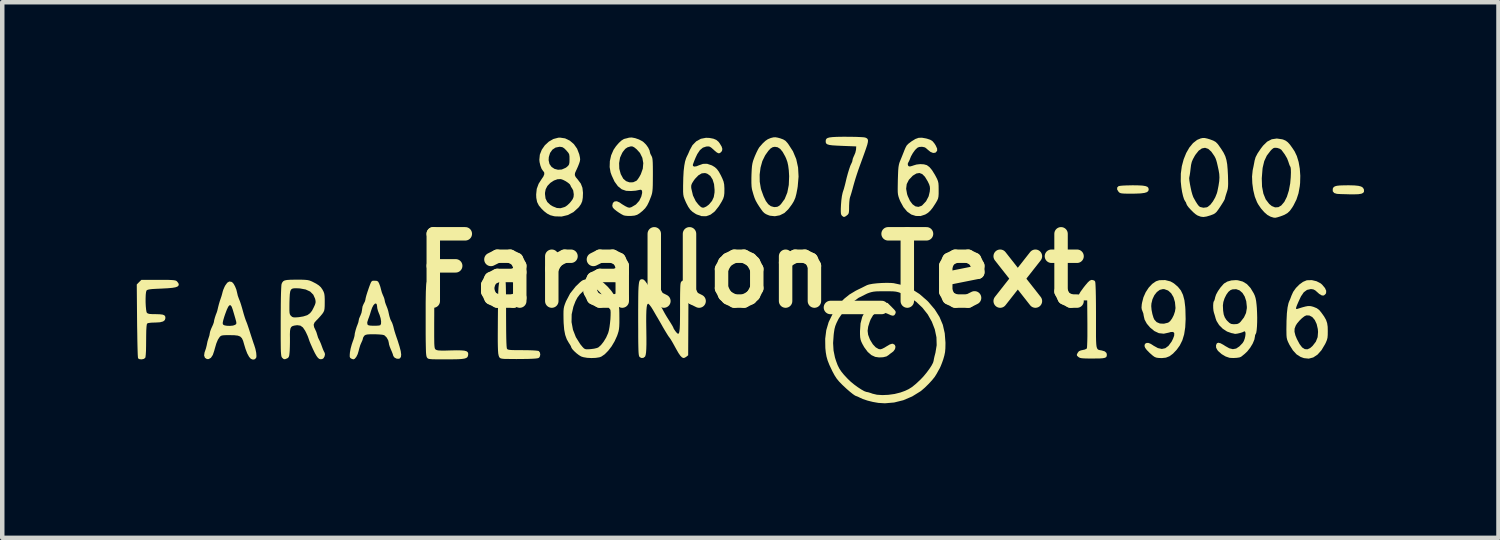
<source format=kicad_pcb>
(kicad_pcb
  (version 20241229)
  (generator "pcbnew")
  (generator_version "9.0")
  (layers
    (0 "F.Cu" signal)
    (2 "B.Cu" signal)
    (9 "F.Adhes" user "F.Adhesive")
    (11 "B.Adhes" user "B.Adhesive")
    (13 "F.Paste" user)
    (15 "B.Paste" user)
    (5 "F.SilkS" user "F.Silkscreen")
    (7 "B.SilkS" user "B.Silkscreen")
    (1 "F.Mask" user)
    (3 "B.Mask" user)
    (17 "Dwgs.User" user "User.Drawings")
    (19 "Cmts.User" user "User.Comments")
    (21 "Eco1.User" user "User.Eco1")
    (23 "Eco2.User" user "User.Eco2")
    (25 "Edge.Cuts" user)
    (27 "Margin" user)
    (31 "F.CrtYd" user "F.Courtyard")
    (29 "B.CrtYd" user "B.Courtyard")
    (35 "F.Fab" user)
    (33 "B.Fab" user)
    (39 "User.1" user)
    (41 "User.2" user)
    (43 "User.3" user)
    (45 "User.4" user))
  (footprint "Farallon_Text"
    (layer "F.Cu")
    (at 13.684 2.986)
    (property "Reference" "Farallon_Text" (at 0 0 0) (layer "F.SilkS") (effects (font (size 1.5 1.5) (thickness 0.3))))
    (attr board_only exclude_from_pos_files exclude_from_bom)
    (fp_poly (pts (xy 13.469 -1.901) (xy 13.559 -1.892) (xy 13.621 -1.876) (xy 13.66 -1.851) (xy 13.681 -1.816) (xy 13.684 -1.802) (xy 13.685 -1.763) (xy 13.667 -1.735) (xy 13.627 -1.716) (xy 13.56 -1.705) (xy 13.463 -1.702) (xy 13.377 -1.702) (xy 13.281 -1.705) (xy 13.193 -1.707) (xy 13.122 -1.71) (xy 13.08 -1.713) (xy 13.021 -1.731) (xy 12.988 -1.77) (xy 12.988 -1.823) (xy 12.994 -1.841) (xy 13.01 -1.864) (xy 13.038 -1.881) (xy 13.082 -1.893) (xy 13.148 -1.9) (xy 13.242 -1.903) (xy 13.347 -1.904)) (stroke (width 0) (type solid)) (fill yes) (layer "F.SilkS"))
    (fp_poly (pts (xy 8.651 -1.902) (xy 8.746 -1.897) (xy 8.812 -1.886) (xy 8.854 -1.87) (xy 8.876 -1.846) (xy 8.883 -1.813) (xy 8.883 -1.81) (xy 8.874 -1.776) (xy 8.844 -1.751) (xy 8.79 -1.734) (xy 8.707 -1.723) (xy 8.594 -1.718) (xy 8.512 -1.717) (xy 8.408 -1.717) (xy 8.334 -1.719) (xy 8.284 -1.723) (xy 8.252 -1.73) (xy 8.23 -1.741) (xy 8.213 -1.757) (xy 8.212 -1.758) (xy 8.18 -1.809) (xy 8.18 -1.853) (xy 8.21 -1.884) (xy 8.242 -1.891) (xy 8.303 -1.897) (xy 8.387 -1.901) (xy 8.487 -1.903) (xy 8.523 -1.904)) (stroke (width 0) (type solid)) (fill yes) (layer "F.SilkS"))
    (fp_poly (pts (xy 3.157 0.816) (xy 3.207 0.867) (xy 3.234 0.901) (xy 3.242 0.926) (xy 3.236 0.951) (xy 3.233 0.96) (xy 3.211 0.993) (xy 3.181 1.005) (xy 3.135 0.995) (xy 3.066 0.964) (xy 3.064 0.963) (xy 2.96 0.921) (xy 2.873 0.912) (xy 2.799 0.935) (xy 2.737 0.993) (xy 2.683 1.086) (xy 2.662 1.139) (xy 2.627 1.25) (xy 2.615 1.342) (xy 2.626 1.429) (xy 2.661 1.522) (xy 2.674 1.549) (xy 2.731 1.642) (xy 2.795 1.71) (xy 2.861 1.748) (xy 2.9 1.754) (xy 2.936 1.744) (xy 2.989 1.718) (xy 3.039 1.687) (xy 3.109 1.646) (xy 3.159 1.63) (xy 3.181 1.631) (xy 3.222 1.656) (xy 3.236 1.698) (xy 3.226 1.748) (xy 3.192 1.797) (xy 3.16 1.823) (xy 3.118 1.853) (xy 3.089 1.877) (xy 3.089 1.878) (xy 3.037 1.912) (xy 2.96 1.931) (xy 2.87 1.935) (xy 2.785 1.923) (xy 2.7 1.884) (xy 2.617 1.812) (xy 2.539 1.707) (xy 2.5 1.638) (xy 2.474 1.584) (xy 2.458 1.537) (xy 2.449 1.486) (xy 2.445 1.418) (xy 2.445 1.349) (xy 2.457 1.176) (xy 2.495 1.03) (xy 2.556 0.912) (xy 2.63 0.831) (xy 2.698 0.778) (xy 2.752 0.745) (xy 2.807 0.727) (xy 2.875 0.721) (xy 2.925 0.72) (xy 3.06 0.719)) (stroke (width 0) (type solid)) (fill yes) (layer "F.SilkS"))
    (fp_poly (pts (xy 7.668 0.219) (xy 7.688 0.241) (xy 7.694 0.271) (xy 7.698 0.336) (xy 7.702 0.436) (xy 7.705 0.569) (xy 7.707 0.733) (xy 7.708 0.928) (xy 7.708 1.006) (xy 7.708 1.193) (xy 7.708 1.346) (xy 7.708 1.469) (xy 7.71 1.565) (xy 7.714 1.638) (xy 7.72 1.69) (xy 7.73 1.726) (xy 7.743 1.749) (xy 7.76 1.763) (xy 7.782 1.77) (xy 7.809 1.775) (xy 7.837 1.78) (xy 7.905 1.801) (xy 7.942 1.836) (xy 7.95 1.874) (xy 7.947 1.905) (xy 7.935 1.928) (xy 7.908 1.943) (xy 7.861 1.953) (xy 7.789 1.958) (xy 7.688 1.959) (xy 7.631 1.96) (xy 7.523 1.959) (xy 7.445 1.957) (xy 7.391 1.953) (xy 7.355 1.946) (xy 7.33 1.935) (xy 7.313 1.923) (xy 7.284 1.896) (xy 7.281 1.871) (xy 7.298 1.835) (xy 7.327 1.797) (xy 7.372 1.778) (xy 7.407 1.771) (xy 7.46 1.759) (xy 7.497 1.741) (xy 7.503 1.734) (xy 7.508 1.709) (xy 7.511 1.652) (xy 7.514 1.567) (xy 7.516 1.461) (xy 7.516 1.337) (xy 7.516 1.201) (xy 7.516 1.185) (xy 7.512 0.663) (xy 7.421 0.663) (xy 7.356 0.656) (xy 7.317 0.636) (xy 7.304 0.601) (xy 7.319 0.547) (xy 7.36 0.474) (xy 7.429 0.379) (xy 7.474 0.322) (xy 7.527 0.26) (xy 7.568 0.223) (xy 7.602 0.208) (xy 7.618 0.206)) (stroke (width 0) (type solid)) (fill yes) (layer "F.SilkS"))
    (fp_poly (pts (xy -5.477 0.217) (xy -5.46 0.238) (xy -5.457 0.263) (xy -5.454 0.321) (xy -5.452 0.409) (xy -5.45 0.52) (xy -5.449 0.652) (xy -5.448 0.8) (xy -5.448 0.96) (xy -5.448 0.987) (xy -5.447 1.176) (xy -5.446 1.343) (xy -5.444 1.483) (xy -5.441 1.596) (xy -5.437 1.678) (xy -5.432 1.726) (xy -5.429 1.738) (xy -5.42 1.751) (xy -5.403 1.76) (xy -5.374 1.766) (xy -5.327 1.77) (xy -5.257 1.772) (xy -5.158 1.773) (xy -5.084 1.773) (xy -4.966 1.774) (xy -4.865 1.777) (xy -4.786 1.782) (xy -4.735 1.788) (xy -4.72 1.792) (xy -4.693 1.826) (xy -4.685 1.874) (xy -4.698 1.922) (xy -4.714 1.942) (xy -4.736 1.952) (xy -4.781 1.959) (xy -4.852 1.964) (xy -4.952 1.968) (xy -5.085 1.97) (xy -5.101 1.97) (xy -5.217 1.971) (xy -5.324 1.97) (xy -5.415 1.969) (xy -5.483 1.968) (xy -5.52 1.965) (xy -5.547 1.961) (xy -5.57 1.955) (xy -5.588 1.944) (xy -5.603 1.923) (xy -5.614 1.892) (xy -5.623 1.845) (xy -5.628 1.779) (xy -5.631 1.693) (xy -5.633 1.581) (xy -5.633 1.442) (xy -5.632 1.272) (xy -5.631 1.081) (xy -5.629 0.877) (xy -5.627 0.708) (xy -5.625 0.57) (xy -5.622 0.46) (xy -5.617 0.375) (xy -5.61 0.311) (xy -5.602 0.265) (xy -5.591 0.235) (xy -5.577 0.217) (xy -5.559 0.209) (xy -5.538 0.206) (xy -5.522 0.205)) (stroke (width 0) (type solid)) (fill yes) (layer "F.SilkS"))
    (fp_poly (pts (xy -13.072 0.206) (xy -12.975 0.206) (xy -12.905 0.209) (xy -12.857 0.213) (xy -12.824 0.219) (xy -12.803 0.227) (xy -12.788 0.239) (xy -12.784 0.243) (xy -12.756 0.279) (xy -12.747 0.308) (xy -12.754 0.334) (xy -12.777 0.355) (xy -12.821 0.371) (xy -12.89 0.383) (xy -12.988 0.392) (xy -13.118 0.399) (xy -13.137 0.4) (xy -13.254 0.405) (xy -13.34 0.41) (xy -13.398 0.417) (xy -13.436 0.425) (xy -13.458 0.435) (xy -13.466 0.443) (xy -13.477 0.477) (xy -13.484 0.538) (xy -13.487 0.618) (xy -13.487 0.705) (xy -13.483 0.79) (xy -13.476 0.865) (xy -13.467 0.919) (xy -13.458 0.94) (xy -13.437 0.955) (xy -13.401 0.965) (xy -13.341 0.969) (xy -13.261 0.97) (xy -13.167 0.973) (xy -13.104 0.981) (xy -13.067 0.997) (xy -13.049 1.023) (xy -13.045 1.057) (xy -13.058 1.102) (xy -13.097 1.133) (xy -13.166 1.151) (xy -13.267 1.157) (xy -13.279 1.157) (xy -13.363 1.16) (xy -13.424 1.168) (xy -13.452 1.179) (xy -13.461 1.203) (xy -13.467 1.253) (xy -13.472 1.334) (xy -13.474 1.448) (xy -13.475 1.554) (xy -13.476 1.678) (xy -13.478 1.785) (xy -13.483 1.868) (xy -13.489 1.923) (xy -13.494 1.942) (xy -13.524 1.967) (xy -13.572 1.978) (xy -13.621 1.975) (xy -13.654 1.956) (xy -13.655 1.955) (xy -13.658 1.932) (xy -13.662 1.875) (xy -13.665 1.79) (xy -13.668 1.678) (xy -13.671 1.545) (xy -13.673 1.394) (xy -13.676 1.23) (xy -13.677 1.12) (xy -13.684 0.308) (xy -13.633 0.256) (xy -13.581 0.205) (xy -13.201 0.205)) (stroke (width 0) (type solid)) (fill yes) (layer "F.SilkS"))
    (fp_poly (pts (xy -7.117 0.206) (xy -7.098 0.21) (xy -7.083 0.222) (xy -7.071 0.243) (xy -7.063 0.278) (xy -7.056 0.33) (xy -7.052 0.402) (xy -7.05 0.498) (xy -7.049 0.62) (xy -7.049 0.772) (xy -7.05 0.958) (xy -7.05 1) (xy -7.051 1.185) (xy -7.051 1.336) (xy -7.051 1.457) (xy -7.05 1.551) (xy -7.049 1.622) (xy -7.046 1.674) (xy -7.042 1.709) (xy -7.037 1.733) (xy -7.03 1.747) (xy -7.022 1.756) (xy -7.015 1.761) (xy -6.992 1.772) (xy -6.957 1.779) (xy -6.903 1.782) (xy -6.825 1.783) (xy -6.717 1.78) (xy -6.687 1.779) (xy -6.552 1.776) (xy -6.451 1.778) (xy -6.379 1.784) (xy -6.331 1.797) (xy -6.304 1.817) (xy -6.293 1.845) (xy -6.293 1.873) (xy -6.299 1.905) (xy -6.312 1.93) (xy -6.337 1.948) (xy -6.377 1.961) (xy -6.438 1.97) (xy -6.523 1.975) (xy -6.637 1.977) (xy -6.783 1.978) (xy -6.788 1.978) (xy -6.919 1.978) (xy -7.017 1.977) (xy -7.089 1.976) (xy -7.138 1.972) (xy -7.171 1.967) (xy -7.191 1.959) (xy -7.203 1.948) (xy -7.212 1.937) (xy -7.219 1.923) (xy -7.225 1.9) (xy -7.23 1.866) (xy -7.234 1.818) (xy -7.236 1.751) (xy -7.238 1.662) (xy -7.24 1.549) (xy -7.241 1.407) (xy -7.241 1.233) (xy -7.241 1.092) (xy -7.241 0.887) (xy -7.241 0.717) (xy -7.239 0.577) (xy -7.237 0.466) (xy -7.233 0.379) (xy -7.227 0.314) (xy -7.219 0.268) (xy -7.208 0.237) (xy -7.195 0.218) (xy -7.178 0.209) (xy -7.157 0.206) (xy -7.14 0.205)) (stroke (width 0) (type solid)) (fill yes) (layer "F.SilkS"))
    (fp_poly (pts (xy 2.258 -2.985) (xy 2.365 -2.983) (xy 2.456 -2.979) (xy 2.523 -2.975) (xy 2.561 -2.969) (xy 2.563 -2.968) (xy 2.594 -2.954) (xy 2.614 -2.936) (xy 2.623 -2.909) (xy 2.621 -2.868) (xy 2.607 -2.808) (xy 2.58 -2.725) (xy 2.541 -2.615) (xy 2.52 -2.557) (xy 2.473 -2.427) (xy 2.436 -2.326) (xy 2.408 -2.248) (xy 2.387 -2.185) (xy 2.369 -2.131) (xy 2.353 -2.081) (xy 2.35 -2.072) (xy 2.324 -1.986) (xy 2.296 -1.888) (xy 2.278 -1.82) (xy 2.257 -1.746) (xy 2.237 -1.68) (xy 2.222 -1.636) (xy 2.213 -1.593) (xy 2.206 -1.525) (xy 2.202 -1.446) (xy 2.202 -1.428) (xy 2.201 -1.35) (xy 2.197 -1.301) (xy 2.188 -1.27) (xy 2.17 -1.247) (xy 2.153 -1.233) (xy 2.11 -1.203) (xy 2.081 -1.198) (xy 2.053 -1.216) (xy 2.042 -1.226) (xy 2.028 -1.245) (xy 2.02 -1.272) (xy 2.017 -1.314) (xy 2.017 -1.38) (xy 2.021 -1.466) (xy 2.029 -1.568) (xy 2.041 -1.66) (xy 2.056 -1.731) (xy 2.063 -1.756) (xy 2.085 -1.822) (xy 2.107 -1.903) (xy 2.119 -1.95) (xy 2.146 -2.065) (xy 2.175 -2.172) (xy 2.204 -2.266) (xy 2.229 -2.339) (xy 2.249 -2.383) (xy 2.25 -2.384) (xy 2.271 -2.43) (xy 2.277 -2.462) (xy 2.286 -2.502) (xy 2.308 -2.554) (xy 2.315 -2.568) (xy 2.341 -2.63) (xy 2.356 -2.695) (xy 2.357 -2.703) (xy 2.361 -2.771) (xy 2.048 -2.783) (xy 1.921 -2.789) (xy 1.827 -2.795) (xy 1.761 -2.804) (xy 1.718 -2.817) (xy 1.693 -2.834) (xy 1.682 -2.858) (xy 1.68 -2.885) (xy 1.683 -2.916) (xy 1.696 -2.941) (xy 1.723 -2.959) (xy 1.767 -2.971) (xy 1.834 -2.979) (xy 1.927 -2.984) (xy 2.051 -2.986) (xy 2.14 -2.986)) (stroke (width 0) (type solid)) (fill yes) (layer "F.SilkS"))
    (fp_poly (pts (xy 11.863 -2.929) (xy 11.891 -2.92) (xy 11.94 -2.898) (xy 11.986 -2.863) (xy 12.035 -2.809) (xy 12.09 -2.732) (xy 12.137 -2.661) (xy 12.187 -2.556) (xy 12.227 -2.424) (xy 12.253 -2.274) (xy 12.264 -2.115) (xy 12.26 -1.956) (xy 12.253 -1.885) (xy 12.224 -1.725) (xy 12.179 -1.587) (xy 12.114 -1.457) (xy 12.085 -1.409) (xy 12.032 -1.335) (xy 11.978 -1.284) (xy 11.91 -1.245) (xy 11.819 -1.21) (xy 11.754 -1.19) (xy 11.71 -1.18) (xy 11.673 -1.182) (xy 11.628 -1.195) (xy 11.596 -1.206) (xy 11.53 -1.243) (xy 11.458 -1.306) (xy 11.387 -1.388) (xy 11.325 -1.479) (xy 11.299 -1.527) (xy 11.25 -1.65) (xy 11.215 -1.795) (xy 11.194 -1.948) (xy 11.19 -2.059) (xy 11.405 -2.059) (xy 11.411 -1.874) (xy 11.441 -1.718) (xy 11.493 -1.59) (xy 11.57 -1.489) (xy 11.628 -1.441) (xy 11.702 -1.411) (xy 11.776 -1.416) (xy 11.839 -1.453) (xy 11.908 -1.534) (xy 11.965 -1.647) (xy 12.009 -1.786) (xy 12.039 -1.946) (xy 12.051 -2.082) (xy 12.055 -2.189) (xy 12.053 -2.267) (xy 12.046 -2.311) (xy 12.042 -2.318) (xy 12.025 -2.35) (xy 12.007 -2.402) (xy 12 -2.425) (xy 11.97 -2.504) (xy 11.917 -2.594) (xy 11.843 -2.694) (xy 11.808 -2.718) (xy 11.755 -2.736) (xy 11.743 -2.738) (xy 11.696 -2.741) (xy 11.662 -2.731) (xy 11.626 -2.701) (xy 11.602 -2.676) (xy 11.517 -2.565) (xy 11.46 -2.443) (xy 11.426 -2.3) (xy 11.422 -2.273) (xy 11.405 -2.059) (xy 11.19 -2.059) (xy 11.188 -2.097) (xy 11.201 -2.228) (xy 11.203 -2.243) (xy 11.22 -2.322) (xy 11.235 -2.399) (xy 11.245 -2.454) (xy 11.267 -2.53) (xy 11.313 -2.618) (xy 11.385 -2.724) (xy 11.435 -2.789) (xy 11.525 -2.877) (xy 11.627 -2.93) (xy 11.74 -2.947)) (stroke (width 0) (type solid)) (fill yes) (layer "F.SilkS"))
    (fp_poly (pts (xy 0.611 -2.966) (xy 0.663 -2.952) (xy 0.732 -2.927) (xy 0.782 -2.897) (xy 0.826 -2.849) (xy 0.844 -2.826) (xy 0.95 -2.662) (xy 1.023 -2.488) (xy 1.064 -2.301) (xy 1.075 -2.098) (xy 1.056 -1.876) (xy 1.048 -1.826) (xy 1.026 -1.713) (xy 1.003 -1.626) (xy 0.971 -1.551) (xy 0.927 -1.478) (xy 0.864 -1.393) (xy 0.842 -1.365) (xy 0.758 -1.285) (xy 0.656 -1.234) (xy 0.546 -1.214) (xy 0.435 -1.226) (xy 0.401 -1.238) (xy 0.351 -1.259) (xy 0.312 -1.284) (xy 0.277 -1.318) (xy 0.238 -1.371) (xy 0.193 -1.437) (xy 0.151 -1.504) (xy 0.119 -1.562) (xy 0.093 -1.623) (xy 0.069 -1.696) (xy 0.041 -1.794) (xy 0.035 -1.82) (xy 0.027 -1.874) (xy 0.023 -1.958) (xy 0.023 -2.066) (xy 0.025 -2.141) (xy 0.207 -2.141) (xy 0.209 -1.983) (xy 0.234 -1.833) (xy 0.245 -1.796) (xy 0.295 -1.658) (xy 0.345 -1.554) (xy 0.398 -1.482) (xy 0.457 -1.438) (xy 0.524 -1.419) (xy 0.546 -1.418) (xy 0.601 -1.424) (xy 0.644 -1.447) (xy 0.682 -1.483) (xy 0.766 -1.599) (xy 0.824 -1.742) (xy 0.857 -1.911) (xy 0.865 -2.106) (xy 0.857 -2.239) (xy 0.844 -2.341) (xy 0.826 -2.423) (xy 0.798 -2.501) (xy 0.776 -2.549) (xy 0.72 -2.649) (xy 0.666 -2.715) (xy 0.608 -2.752) (xy 0.547 -2.762) (xy 0.499 -2.754) (xy 0.452 -2.726) (xy 0.402 -2.673) (xy 0.344 -2.592) (xy 0.327 -2.566) (xy 0.267 -2.443) (xy 0.227 -2.298) (xy 0.207 -2.141) (xy 0.025 -2.141) (xy 0.025 -2.146) (xy 0.03 -2.252) (xy 0.036 -2.33) (xy 0.046 -2.391) (xy 0.06 -2.446) (xy 0.081 -2.504) (xy 0.101 -2.555) (xy 0.134 -2.63) (xy 0.166 -2.695) (xy 0.192 -2.741) (xy 0.199 -2.751) (xy 0.272 -2.835) (xy 0.333 -2.893) (xy 0.389 -2.931) (xy 0.447 -2.955) (xy 0.457 -2.959) (xy 0.514 -2.973) (xy 0.56 -2.975)) (stroke (width 0) (type solid)) (fill yes) (layer "F.SilkS"))
    (fp_poly (pts (xy 9.369 0.24) (xy 9.446 0.284) (xy 9.534 0.359) (xy 9.601 0.442) (xy 9.648 0.54) (xy 9.68 0.66) (xy 9.698 0.807) (xy 9.702 0.868) (xy 9.707 1.081) (xy 9.698 1.264) (xy 9.674 1.42) (xy 9.634 1.553) (xy 9.576 1.669) (xy 9.509 1.762) (xy 9.426 1.85) (xy 9.349 1.908) (xy 9.268 1.94) (xy 9.174 1.95) (xy 9.094 1.946) (xy 9.048 1.938) (xy 9.006 1.919) (xy 8.959 1.883) (xy 8.902 1.832) (xy 8.84 1.769) (xy 8.805 1.722) (xy 8.791 1.684) (xy 8.79 1.675) (xy 8.8 1.633) (xy 8.835 1.613) (xy 8.838 1.612) (xy 8.874 1.611) (xy 8.918 1.627) (xy 8.979 1.664) (xy 8.991 1.673) (xy 9.089 1.727) (xy 9.176 1.746) (xy 9.253 1.73) (xy 9.324 1.677) (xy 9.39 1.588) (xy 9.397 1.577) (xy 9.427 1.516) (xy 9.449 1.456) (xy 9.452 1.442) (xy 9.453 1.391) (xy 9.428 1.367) (xy 9.377 1.368) (xy 9.334 1.381) (xy 9.219 1.406) (xy 9.11 1.394) (xy 9.01 1.347) (xy 9.009 1.346) (xy 8.915 1.269) (xy 8.841 1.182) (xy 8.792 1.092) (xy 8.772 1.007) (xy 8.771 0.999) (xy 8.763 0.953) (xy 8.743 0.901) (xy 8.743 0.9) (xy 8.728 0.862) (xy 8.723 0.818) (xy 8.726 0.791) (xy 8.94 0.791) (xy 8.947 0.874) (xy 8.965 0.966) (xy 8.99 1.05) (xy 9.01 1.093) (xy 9.061 1.148) (xy 9.134 1.179) (xy 9.222 1.183) (xy 9.317 1.16) (xy 9.36 1.127) (xy 9.404 1.067) (xy 9.442 0.992) (xy 9.469 0.911) (xy 9.481 0.836) (xy 9.481 0.83) (xy 9.469 0.701) (xy 9.436 0.591) (xy 9.384 0.504) (xy 9.316 0.443) (xy 9.234 0.413) (xy 9.2 0.411) (xy 9.131 0.428) (xy 9.066 0.476) (xy 9.01 0.547) (xy 8.968 0.635) (xy 8.944 0.733) (xy 8.94 0.791) (xy 8.726 0.791) (xy 8.728 0.758) (xy 8.735 0.716) (xy 8.766 0.594) (xy 8.817 0.48) (xy 8.884 0.378) (xy 8.962 0.295) (xy 9.046 0.237) (xy 9.119 0.213) (xy 9.25 0.21)) (stroke (width 0) (type solid)) (fill yes) (layer "F.SilkS"))
    (fp_poly (pts (xy 12.627 0.236) (xy 12.719 0.284) (xy 12.752 0.313) (xy 12.814 0.387) (xy 12.842 0.449) (xy 12.839 0.501) (xy 12.828 0.52) (xy 12.791 0.553) (xy 12.745 0.553) (xy 12.688 0.52) (xy 12.649 0.485) (xy 12.598 0.44) (xy 12.556 0.418) (xy 12.508 0.411) (xy 12.496 0.411) (xy 12.414 0.429) (xy 12.342 0.482) (xy 12.281 0.571) (xy 12.268 0.597) (xy 12.221 0.699) (xy 12.19 0.771) (xy 12.173 0.818) (xy 12.169 0.845) (xy 12.176 0.855) (xy 12.195 0.854) (xy 12.21 0.849) (xy 12.31 0.818) (xy 12.382 0.799) (xy 12.436 0.789) (xy 12.48 0.789) (xy 12.523 0.797) (xy 12.563 0.809) (xy 12.633 0.838) (xy 12.686 0.878) (xy 12.731 0.932) (xy 12.795 1.021) (xy 12.838 1.097) (xy 12.863 1.17) (xy 12.875 1.252) (xy 12.877 1.347) (xy 12.876 1.433) (xy 12.871 1.495) (xy 12.858 1.546) (xy 12.836 1.6) (xy 12.818 1.637) (xy 12.737 1.773) (xy 12.649 1.872) (xy 12.554 1.935) (xy 12.453 1.962) (xy 12.346 1.951) (xy 12.271 1.924) (xy 12.18 1.866) (xy 12.099 1.777) (xy 12.023 1.655) (xy 12.017 1.643) (xy 11.99 1.588) (xy 11.972 1.542) (xy 11.961 1.495) (xy 11.956 1.437) (xy 11.955 1.363) (xy 12.135 1.363) (xy 12.155 1.445) (xy 12.189 1.526) (xy 12.248 1.637) (xy 12.305 1.712) (xy 12.364 1.75) (xy 12.424 1.754) (xy 12.488 1.723) (xy 12.54 1.676) (xy 12.611 1.584) (xy 12.651 1.483) (xy 12.66 1.368) (xy 12.655 1.302) (xy 12.629 1.19) (xy 12.587 1.1) (xy 12.532 1.035) (xy 12.466 1) (xy 12.399 0.997) (xy 12.355 1.018) (xy 12.3 1.061) (xy 12.243 1.117) (xy 12.192 1.178) (xy 12.162 1.226) (xy 12.137 1.293) (xy 12.135 1.363) (xy 11.955 1.363) (xy 11.955 1.355) (xy 11.954 1.317) (xy 11.957 1.116) (xy 11.965 0.951) (xy 11.98 0.821) (xy 12.001 0.725) (xy 12.014 0.69) (xy 12.04 0.63) (xy 12.06 0.577) (xy 12.065 0.562) (xy 12.105 0.473) (xy 12.167 0.386) (xy 12.243 0.309) (xy 12.324 0.25) (xy 12.402 0.217) (xy 12.413 0.214) (xy 12.522 0.211)) (stroke (width 0) (type solid)) (fill yes) (layer "F.SilkS"))
    (fp_poly (pts (xy -0.914 -2.96) (xy -0.824 -2.943) (xy -0.76 -2.916) (xy -0.711 -2.875) (xy -0.684 -2.839) (xy -0.641 -2.768) (xy -0.625 -2.715) (xy -0.632 -2.673) (xy -0.647 -2.651) (xy -0.678 -2.623) (xy -0.708 -2.617) (xy -0.746 -2.634) (xy -0.798 -2.677) (xy -0.818 -2.696) (xy -0.868 -2.74) (xy -0.904 -2.764) (xy -0.939 -2.771) (xy -0.983 -2.768) (xy -0.984 -2.768) (xy -1.059 -2.743) (xy -1.125 -2.688) (xy -1.184 -2.6) (xy -1.222 -2.519) (xy -1.249 -2.454) (xy -1.27 -2.398) (xy -1.282 -2.366) (xy -1.28 -2.334) (xy -1.25 -2.321) (xy -1.201 -2.328) (xy -1.149 -2.349) (xy -1.055 -2.382) (xy -0.964 -2.383) (xy -0.867 -2.351) (xy -0.848 -2.342) (xy -0.792 -2.308) (xy -0.746 -2.266) (xy -0.703 -2.207) (xy -0.658 -2.125) (xy -0.625 -2.056) (xy -0.598 -1.988) (xy -0.584 -1.921) (xy -0.579 -1.837) (xy -0.579 -1.809) (xy -0.58 -1.728) (xy -0.588 -1.663) (xy -0.606 -1.605) (xy -0.638 -1.542) (xy -0.686 -1.463) (xy -0.707 -1.431) (xy -0.793 -1.322) (xy -0.886 -1.25) (xy -0.985 -1.214) (xy -1.089 -1.216) (xy -1.198 -1.254) (xy -1.222 -1.267) (xy -1.288 -1.31) (xy -1.34 -1.359) (xy -1.385 -1.423) (xy -1.431 -1.511) (xy -1.448 -1.549) (xy -1.471 -1.604) (xy -1.487 -1.65) (xy -1.496 -1.698) (xy -1.5 -1.759) (xy -1.5 -1.841) (xy -1.5 -1.865) (xy -1.32 -1.865) (xy -1.316 -1.829) (xy -1.28 -1.676) (xy -1.219 -1.55) (xy -1.163 -1.478) (xy -1.116 -1.431) (xy -1.083 -1.409) (xy -1.052 -1.404) (xy -1.032 -1.408) (xy -0.985 -1.429) (xy -0.934 -1.466) (xy -0.92 -1.479) (xy -0.855 -1.556) (xy -0.816 -1.641) (xy -0.799 -1.744) (xy -0.798 -1.801) (xy -0.81 -1.93) (xy -0.843 -2.035) (xy -0.894 -2.114) (xy -0.963 -2.163) (xy -1.01 -2.177) (xy -1.084 -2.17) (xy -1.159 -2.126) (xy -1.236 -2.046) (xy -1.264 -2.007) (xy -1.3 -1.95) (xy -1.317 -1.908) (xy -1.32 -1.865) (xy -1.5 -1.865) (xy -1.5 -1.894) (xy -1.496 -2.074) (xy -1.488 -2.221) (xy -1.474 -2.34) (xy -1.456 -2.435) (xy -1.432 -2.511) (xy -1.414 -2.55) (xy -1.389 -2.601) (xy -1.361 -2.665) (xy -1.352 -2.687) (xy -1.29 -2.8) (xy -1.206 -2.885) (xy -1.104 -2.941) (xy -0.99 -2.963)) (stroke (width 0) (type solid)) (fill yes) (layer "F.SilkS"))
    (fp_poly (pts (xy -2.568 -2.955) (xy -2.485 -2.926) (xy -2.41 -2.887) (xy -2.384 -2.868) (xy -2.328 -2.813) (xy -2.28 -2.747) (xy -2.249 -2.683) (xy -2.24 -2.641) (xy -2.23 -2.605) (xy -2.207 -2.562) (xy -2.196 -2.54) (xy -2.187 -2.511) (xy -2.181 -2.47) (xy -2.177 -2.411) (xy -2.175 -2.329) (xy -2.174 -2.217) (xy -2.174 -2.138) (xy -2.175 -2.008) (xy -2.176 -1.909) (xy -2.179 -1.835) (xy -2.184 -1.778) (xy -2.191 -1.731) (xy -2.202 -1.69) (xy -2.217 -1.646) (xy -2.219 -1.642) (xy -2.261 -1.536) (xy -2.301 -1.455) (xy -2.346 -1.391) (xy -2.404 -1.333) (xy -2.472 -1.278) (xy -2.524 -1.246) (xy -2.583 -1.228) (xy -2.655 -1.221) (xy -2.727 -1.22) (xy -2.793 -1.226) (xy -2.827 -1.234) (xy -2.872 -1.257) (xy -2.932 -1.294) (xy -2.981 -1.328) (xy -3.038 -1.374) (xy -3.069 -1.41) (xy -3.079 -1.445) (xy -3.079 -1.453) (xy -3.066 -1.51) (xy -3.03 -1.543) (xy -2.978 -1.548) (xy -2.919 -1.522) (xy -2.909 -1.515) (xy -2.865 -1.484) (xy -2.807 -1.449) (xy -2.787 -1.437) (xy -2.735 -1.412) (xy -2.699 -1.404) (xy -2.661 -1.413) (xy -2.647 -1.419) (xy -2.553 -1.475) (xy -2.478 -1.558) (xy -2.432 -1.654) (xy -2.413 -1.734) (xy -2.416 -1.784) (xy -2.44 -1.805) (xy -2.468 -1.802) (xy -2.557 -1.784) (xy -2.661 -1.776) (xy -2.758 -1.78) (xy -2.772 -1.781) (xy -2.868 -1.814) (xy -2.954 -1.883) (xy -3.029 -1.986) (xy -3.093 -2.124) (xy -3.118 -2.193) (xy -3.138 -2.31) (xy -3.135 -2.399) (xy -2.927 -2.399) (xy -2.923 -2.274) (xy -2.891 -2.154) (xy -2.835 -2.051) (xy -2.833 -2.049) (xy -2.771 -1.996) (xy -2.695 -1.969) (xy -2.615 -1.971) (xy -2.544 -2.003) (xy -2.531 -2.013) (xy -2.505 -2.046) (xy -2.471 -2.099) (xy -2.443 -2.15) (xy -2.399 -2.274) (xy -2.388 -2.398) (xy -2.409 -2.517) (xy -2.462 -2.625) (xy -2.535 -2.706) (xy -2.588 -2.749) (xy -2.627 -2.769) (xy -2.661 -2.772) (xy -2.677 -2.769) (xy -2.74 -2.75) (xy -2.789 -2.717) (xy -2.835 -2.661) (xy -2.857 -2.629) (xy -2.906 -2.521) (xy -2.927 -2.399) (xy -3.135 -2.399) (xy -3.134 -2.441) (xy -3.105 -2.571) (xy -3.054 -2.689) (xy -3.05 -2.697) (xy -2.996 -2.776) (xy -2.935 -2.847) (xy -2.874 -2.903) (xy -2.82 -2.936) (xy -2.807 -2.94) (xy -2.749 -2.954) (xy -2.706 -2.966) (xy -2.646 -2.97)) (stroke (width 0) (type solid)) (fill yes) (layer "F.SilkS"))
    (fp_poly (pts (xy 10.134 -2.958) (xy 10.19 -2.946) (xy 10.249 -2.928) (xy 10.324 -2.9) (xy 10.376 -2.871) (xy 10.415 -2.833) (xy 10.434 -2.81) (xy 10.502 -2.713) (xy 10.554 -2.63) (xy 10.592 -2.551) (xy 10.617 -2.467) (xy 10.634 -2.372) (xy 10.644 -2.255) (xy 10.651 -2.125) (xy 10.654 -2.015) (xy 10.655 -1.933) (xy 10.652 -1.872) (xy 10.646 -1.823) (xy 10.634 -1.777) (xy 10.621 -1.738) (xy 10.601 -1.675) (xy 10.587 -1.626) (xy 10.582 -1.602) (xy 10.572 -1.579) (xy 10.546 -1.532) (xy 10.507 -1.47) (xy 10.479 -1.427) (xy 10.431 -1.356) (xy 10.394 -1.308) (xy 10.361 -1.278) (xy 10.324 -1.257) (xy 10.273 -1.238) (xy 10.261 -1.233) (xy 10.172 -1.207) (xy 10.104 -1.197) (xy 10.044 -1.204) (xy 9.981 -1.227) (xy 9.975 -1.229) (xy 9.931 -1.257) (xy 9.878 -1.302) (xy 9.823 -1.357) (xy 9.773 -1.412) (xy 9.738 -1.46) (xy 9.723 -1.493) (xy 9.723 -1.495) (xy 9.712 -1.526) (xy 9.695 -1.549) (xy 9.672 -1.592) (xy 9.649 -1.664) (xy 9.628 -1.756) (xy 9.611 -1.862) (xy 9.6 -1.971) (xy 9.598 -1.999) (xy 9.599 -2.062) (xy 9.786 -2.062) (xy 9.791 -2.006) (xy 9.803 -1.932) (xy 9.819 -1.85) (xy 9.837 -1.768) (xy 9.857 -1.697) (xy 9.876 -1.644) (xy 9.881 -1.633) (xy 9.93 -1.545) (xy 9.968 -1.485) (xy 9.997 -1.447) (xy 10.022 -1.425) (xy 10.031 -1.42) (xy 10.104 -1.403) (xy 10.179 -1.413) (xy 10.202 -1.424) (xy 10.259 -1.471) (xy 10.316 -1.545) (xy 10.367 -1.634) (xy 10.405 -1.729) (xy 10.416 -1.771) (xy 10.441 -1.896) (xy 10.456 -1.995) (xy 10.461 -2.078) (xy 10.457 -2.155) (xy 10.444 -2.234) (xy 10.443 -2.239) (xy 10.421 -2.34) (xy 10.404 -2.413) (xy 10.389 -2.465) (xy 10.374 -2.506) (xy 10.355 -2.543) (xy 10.348 -2.556) (xy 10.28 -2.654) (xy 10.211 -2.716) (xy 10.14 -2.74) (xy 10.069 -2.726) (xy 9.998 -2.676) (xy 9.928 -2.588) (xy 9.91 -2.56) (xy 9.87 -2.487) (xy 9.844 -2.425) (xy 9.828 -2.358) (xy 9.817 -2.271) (xy 9.817 -2.27) (xy 9.808 -2.195) (xy 9.799 -2.134) (xy 9.792 -2.098) (xy 9.79 -2.092) (xy 9.786 -2.062) (xy 9.599 -2.062) (xy 9.6 -2.166) (xy 9.622 -2.329) (xy 9.663 -2.483) (xy 9.72 -2.624) (xy 9.79 -2.746) (xy 9.872 -2.845) (xy 9.963 -2.916) (xy 10.042 -2.949) (xy 10.089 -2.959)) (stroke (width 0) (type solid)) (fill yes) (layer "F.SilkS"))
    (fp_poly (pts (xy -3.273 0.272) (xy -3.18 0.359) (xy -3.1 0.451) (xy -3.04 0.538) (xy -3.005 0.615) (xy -3.004 0.62) (xy -2.983 0.682) (xy -2.958 0.736) (xy -2.952 0.747) (xy -2.939 0.773) (xy -2.93 0.81) (xy -2.924 0.865) (xy -2.922 0.944) (xy -2.921 1.053) (xy -2.921 1.054) (xy -2.921 1.162) (xy -2.924 1.242) (xy -2.93 1.303) (xy -2.94 1.355) (xy -2.956 1.407) (xy -2.972 1.453) (xy -3.027 1.574) (xy -3.094 1.687) (xy -3.17 1.786) (xy -3.248 1.865) (xy -3.324 1.917) (xy -3.365 1.932) (xy -3.447 1.945) (xy -3.543 1.949) (xy -3.639 1.944) (xy -3.723 1.93) (xy -3.773 1.914) (xy -3.823 1.884) (xy -3.879 1.841) (xy -3.931 1.793) (xy -3.972 1.748) (xy -3.993 1.714) (xy -3.994 1.708) (xy -4.004 1.681) (xy -4.03 1.638) (xy -4.047 1.613) (xy -4.094 1.531) (xy -4.129 1.434) (xy -4.152 1.316) (xy -4.164 1.171) (xy -4.165 1.147) (xy -3.988 1.147) (xy -3.956 1.318) (xy -3.891 1.484) (xy -3.794 1.639) (xy -3.744 1.7) (xy -3.714 1.731) (xy -3.687 1.748) (xy -3.651 1.754) (xy -3.595 1.752) (xy -3.563 1.75) (xy -3.485 1.74) (xy -3.419 1.724) (xy -3.388 1.71) (xy -3.331 1.659) (xy -3.271 1.582) (xy -3.216 1.492) (xy -3.174 1.397) (xy -3.171 1.39) (xy -3.155 1.332) (xy -3.141 1.256) (xy -3.13 1.17) (xy -3.121 1.082) (xy -3.117 0.999) (xy -3.116 0.929) (xy -3.12 0.88) (xy -3.13 0.859) (xy -3.132 0.858) (xy -3.147 0.842) (xy -3.167 0.8) (xy -3.181 0.755) (xy -3.203 0.692) (xy -3.225 0.641) (xy -3.238 0.62) (xy -3.311 0.534) (xy -3.365 0.474) (xy -3.406 0.433) (xy -3.441 0.409) (xy -3.474 0.397) (xy -3.511 0.392) (xy -3.546 0.392) (xy -3.609 0.394) (xy -3.654 0.405) (xy -3.696 0.432) (xy -3.738 0.467) (xy -3.805 0.532) (xy -3.856 0.599) (xy -3.899 0.679) (xy -3.939 0.783) (xy -3.947 0.804) (xy -3.985 0.974) (xy -3.988 1.147) (xy -4.165 1.147) (xy -4.167 1.073) (xy -4.168 0.973) (xy -4.167 0.899) (xy -4.162 0.843) (xy -4.152 0.795) (xy -4.135 0.744) (xy -4.11 0.681) (xy -4.109 0.679) (xy -4.02 0.509) (xy -3.896 0.352) (xy -3.799 0.259) (xy -3.764 0.23) (xy -3.734 0.212) (xy -3.7 0.201) (xy -3.65 0.197) (xy -3.577 0.196) (xy -3.545 0.196) (xy -3.363 0.196)) (stroke (width 0) (type solid)) (fill yes) (layer "F.SilkS"))
    (fp_poly (pts (xy 3.916 -2.949) (xy 3.94 -2.943) (xy 4.012 -2.919) (xy 4.063 -2.887) (xy 4.106 -2.835) (xy 4.135 -2.789) (xy 4.165 -2.722) (xy 4.165 -2.673) (xy 4.134 -2.637) (xy 4.122 -2.63) (xy 4.075 -2.625) (xy 4.016 -2.649) (xy 3.953 -2.7) (xy 3.939 -2.714) (xy 3.895 -2.748) (xy 3.841 -2.761) (xy 3.815 -2.762) (xy 3.764 -2.758) (xy 3.727 -2.742) (xy 3.688 -2.706) (xy 3.669 -2.685) (xy 3.623 -2.621) (xy 3.583 -2.55) (xy 3.571 -2.521) (xy 3.55 -2.467) (xy 3.531 -2.428) (xy 3.524 -2.418) (xy 3.509 -2.38) (xy 3.518 -2.342) (xy 3.538 -2.325) (xy 3.573 -2.326) (xy 3.623 -2.341) (xy 3.636 -2.346) (xy 3.706 -2.367) (xy 3.79 -2.376) (xy 3.871 -2.371) (xy 3.935 -2.353) (xy 3.937 -2.352) (xy 3.994 -2.31) (xy 4.051 -2.242) (xy 4.112 -2.144) (xy 4.133 -2.106) (xy 4.164 -2.046) (xy 4.183 -1.998) (xy 4.194 -1.95) (xy 4.198 -1.889) (xy 4.199 -1.804) (xy 4.199 -1.798) (xy 4.199 -1.713) (xy 4.195 -1.654) (xy 4.186 -1.609) (xy 4.168 -1.567) (xy 4.139 -1.516) (xy 4.127 -1.497) (xy 4.067 -1.405) (xy 4.015 -1.34) (xy 3.964 -1.292) (xy 3.905 -1.255) (xy 3.897 -1.251) (xy 3.796 -1.218) (xy 3.689 -1.22) (xy 3.589 -1.252) (xy 3.497 -1.317) (xy 3.415 -1.415) (xy 3.346 -1.541) (xy 3.332 -1.573) (xy 3.314 -1.62) (xy 3.301 -1.661) (xy 3.292 -1.702) (xy 3.287 -1.752) (xy 3.286 -1.817) (xy 3.286 -1.826) (xy 3.474 -1.826) (xy 3.495 -1.707) (xy 3.51 -1.663) (xy 3.559 -1.557) (xy 3.617 -1.48) (xy 3.681 -1.434) (xy 3.747 -1.422) (xy 3.814 -1.444) (xy 3.833 -1.457) (xy 3.918 -1.547) (xy 3.976 -1.658) (xy 4.001 -1.764) (xy 4.006 -1.828) (xy 4.002 -1.876) (xy 3.987 -1.925) (xy 3.956 -1.99) (xy 3.952 -1.997) (xy 3.893 -2.094) (xy 3.833 -2.154) (xy 3.771 -2.178) (xy 3.703 -2.167) (xy 3.628 -2.122) (xy 3.618 -2.114) (xy 3.535 -2.026) (xy 3.487 -1.931) (xy 3.474 -1.826) (xy 3.286 -1.826) (xy 3.287 -1.904) (xy 3.289 -2.021) (xy 3.293 -2.144) (xy 3.297 -2.237) (xy 3.303 -2.307) (xy 3.312 -2.36) (xy 3.323 -2.403) (xy 3.335 -2.435) (xy 3.362 -2.501) (xy 3.395 -2.583) (xy 3.428 -2.666) (xy 3.428 -2.668) (xy 3.459 -2.741) (xy 3.486 -2.791) (xy 3.522 -2.829) (xy 3.574 -2.869) (xy 3.599 -2.887) (xy 3.681 -2.937) (xy 3.751 -2.962) (xy 3.825 -2.965)) (stroke (width 0) (type solid)) (fill yes) (layer "F.SilkS"))
    (fp_poly (pts (xy -11.571 0.25) (xy -11.556 0.258) (xy -11.524 0.293) (xy -11.491 0.353) (xy -11.463 0.423) (xy -11.447 0.489) (xy -11.431 0.558) (xy -11.407 0.625) (xy -11.403 0.635) (xy -11.384 0.681) (xy -11.36 0.752) (xy -11.335 0.836) (xy -11.321 0.886) (xy -11.297 0.972) (xy -11.273 1.049) (xy -11.253 1.107) (xy -11.244 1.129) (xy -11.227 1.171) (xy -11.204 1.237) (xy -11.177 1.318) (xy -11.16 1.372) (xy -11.131 1.462) (xy -11.102 1.55) (xy -11.078 1.623) (xy -11.067 1.652) (xy -11.038 1.745) (xy -11.02 1.833) (xy -11.015 1.905) (xy -11.019 1.938) (xy -11.047 1.974) (xy -11.092 1.984) (xy -11.139 1.967) (xy -11.179 1.922) (xy -11.221 1.845) (xy -11.26 1.742) (xy -11.289 1.646) (xy -11.313 1.563) (xy -11.34 1.506) (xy -11.377 1.469) (xy -11.43 1.449) (xy -11.507 1.44) (xy -11.605 1.438) (xy -11.693 1.438) (xy -11.752 1.441) (xy -11.789 1.447) (xy -11.814 1.459) (xy -11.834 1.478) (xy -11.835 1.479) (xy -11.874 1.538) (xy -11.91 1.624) (xy -11.945 1.744) (xy -11.956 1.785) (xy -11.988 1.88) (xy -12.03 1.943) (xy -12.08 1.972) (xy -12.12 1.971) (xy -12.163 1.944) (xy -12.182 1.893) (xy -12.173 1.826) (xy -12.162 1.795) (xy -12.14 1.73) (xy -12.122 1.657) (xy -12.12 1.644) (xy -12.106 1.576) (xy -12.086 1.512) (xy -12.082 1.5) (xy -12.064 1.445) (xy -12.056 1.398) (xy -12.056 1.396) (xy -12.047 1.355) (xy -12.026 1.298) (xy -12.009 1.26) (xy -11.983 1.203) (xy -11.967 1.158) (xy -11.966 1.155) (xy -11.766 1.155) (xy -11.766 1.187) (xy -11.757 1.204) (xy -11.724 1.221) (xy -11.667 1.23) (xy -11.601 1.231) (xy -11.538 1.225) (xy -11.492 1.209) (xy -11.487 1.206) (xy -11.468 1.19) (xy -11.462 1.17) (xy -11.467 1.135) (xy -11.483 1.076) (xy -11.483 1.075) (xy -11.507 0.993) (xy -11.533 0.905) (xy -11.544 0.868) (xy -11.567 0.804) (xy -11.591 0.772) (xy -11.616 0.771) (xy -11.644 0.804) (xy -11.676 0.871) (xy -11.714 0.973) (xy -11.732 1.026) (xy -11.755 1.104) (xy -11.766 1.155) (xy -11.966 1.155) (xy -11.963 1.14) (xy -11.957 1.102) (xy -11.941 1.044) (xy -11.92 0.981) (xy -11.904 0.942) (xy -11.89 0.901) (xy -11.876 0.843) (xy -11.871 0.821) (xy -11.854 0.754) (xy -11.831 0.675) (xy -11.817 0.635) (xy -11.794 0.567) (xy -11.777 0.505) (xy -11.77 0.476) (xy -11.755 0.427) (xy -11.728 0.364) (xy -11.711 0.331) (xy -11.666 0.269) (xy -11.621 0.242)) (stroke (width 0) (type solid)) (fill yes) (layer "F.SilkS"))
    (fp_poly (pts (xy 10.87 0.214) (xy 10.98 0.243) (xy 11.073 0.299) (xy 11.154 0.387) (xy 11.225 0.504) (xy 11.249 0.556) (xy 11.266 0.61) (xy 11.279 0.674) (xy 11.289 0.76) (xy 11.295 0.83) (xy 11.3 0.935) (xy 11.303 1.044) (xy 11.302 1.15) (xy 11.298 1.246) (xy 11.291 1.326) (xy 11.282 1.383) (xy 11.271 1.41) (xy 11.271 1.41) (xy 11.257 1.435) (xy 11.254 1.46) (xy 11.24 1.537) (xy 11.203 1.626) (xy 11.148 1.717) (xy 11.082 1.801) (xy 11.024 1.856) (xy 10.981 1.891) (xy 10.949 1.916) (xy 10.945 1.92) (xy 10.907 1.935) (xy 10.846 1.944) (xy 10.774 1.948) (xy 10.705 1.945) (xy 10.684 1.943) (xy 10.599 1.914) (xy 10.511 1.862) (xy 10.436 1.796) (xy 10.416 1.772) (xy 10.387 1.718) (xy 10.385 1.665) (xy 10.386 1.66) (xy 10.404 1.62) (xy 10.435 1.607) (xy 10.485 1.619) (xy 10.556 1.658) (xy 10.589 1.68) (xy 10.68 1.731) (xy 10.76 1.751) (xy 10.834 1.737) (xy 10.906 1.689) (xy 10.978 1.614) (xy 11.005 1.57) (xy 11.025 1.515) (xy 11.038 1.458) (xy 11.043 1.407) (xy 11.038 1.369) (xy 11.024 1.352) (xy 11.004 1.359) (xy 10.971 1.375) (xy 10.918 1.391) (xy 10.861 1.404) (xy 10.815 1.41) (xy 10.799 1.408) (xy 10.765 1.399) (xy 10.731 1.393) (xy 10.631 1.358) (xy 10.536 1.296) (xy 10.454 1.214) (xy 10.396 1.121) (xy 10.377 1.068) (xy 10.36 1.006) (xy 10.343 0.952) (xy 10.338 0.937) (xy 10.328 0.894) (xy 10.322 0.835) (xy 10.321 0.775) (xy 10.538 0.775) (xy 10.538 0.776) (xy 10.543 0.89) (xy 10.556 0.976) (xy 10.58 1.042) (xy 10.616 1.098) (xy 10.636 1.12) (xy 10.682 1.164) (xy 10.721 1.187) (xy 10.768 1.194) (xy 10.794 1.194) (xy 10.856 1.19) (xy 10.899 1.171) (xy 10.93 1.143) (xy 11.008 1.043) (xy 11.054 0.944) (xy 11.072 0.836) (xy 11.072 0.804) (xy 11.059 0.682) (xy 11.025 0.578) (xy 10.975 0.497) (xy 10.91 0.44) (xy 10.835 0.413) (xy 10.753 0.417) (xy 10.709 0.433) (xy 10.661 0.472) (xy 10.615 0.536) (xy 10.575 0.616) (xy 10.548 0.699) (xy 10.538 0.775) (xy 10.321 0.775) (xy 10.321 0.773) (xy 10.325 0.719) (xy 10.333 0.687) (xy 10.337 0.683) (xy 10.35 0.659) (xy 10.362 0.614) (xy 10.365 0.596) (xy 10.386 0.533) (xy 10.428 0.456) (xy 10.484 0.376) (xy 10.546 0.305) (xy 10.565 0.286) (xy 10.635 0.244) (xy 10.726 0.218) (xy 10.827 0.211)) (stroke (width 0) (type solid)) (fill yes) (layer "F.SilkS"))
    (fp_poly (pts (xy -4.131 -2.95) (xy -4.026 -2.899) (xy -3.935 -2.821) (xy -3.864 -2.72) (xy -3.818 -2.6) (xy -3.817 -2.599) (xy -3.802 -2.531) (xy -3.796 -2.484) (xy -3.802 -2.442) (xy -3.817 -2.393) (xy -3.818 -2.391) (xy -3.845 -2.322) (xy -3.875 -2.255) (xy -3.884 -2.237) (xy -3.91 -2.178) (xy -3.915 -2.132) (xy -3.896 -2.088) (xy -3.85 -2.033) (xy -3.847 -2.029) (xy -3.781 -1.941) (xy -3.745 -1.848) (xy -3.733 -1.739) (xy -3.733 -1.728) (xy -3.737 -1.626) (xy -3.75 -1.548) (xy -3.777 -1.485) (xy -3.82 -1.423) (xy -3.835 -1.406) (xy -3.945 -1.306) (xy -4.071 -1.24) (xy -4.209 -1.207) (xy -4.355 -1.211) (xy -4.38 -1.215) (xy -4.461 -1.236) (xy -4.531 -1.272) (xy -4.602 -1.327) (xy -4.653 -1.377) (xy -4.717 -1.453) (xy -4.756 -1.531) (xy -4.774 -1.623) (xy -4.777 -1.698) (xy -4.776 -1.709) (xy -4.58 -1.709) (xy -4.568 -1.61) (xy -4.529 -1.531) (xy -4.459 -1.466) (xy -4.406 -1.434) (xy -4.316 -1.398) (xy -4.235 -1.392) (xy -4.149 -1.417) (xy -4.121 -1.43) (xy -4.081 -1.459) (xy -4.032 -1.505) (xy -4.005 -1.537) (xy -3.963 -1.594) (xy -3.943 -1.643) (xy -3.938 -1.702) (xy -3.938 -1.702) (xy -3.951 -1.789) (xy -3.975 -1.834) (xy -4.001 -1.873) (xy -4.012 -1.901) (xy -4.012 -1.902) (xy -4.028 -1.928) (xy -4.067 -1.961) (xy -4.12 -1.996) (xy -4.177 -2.025) (xy -4.226 -2.042) (xy -4.226 -2.042) (xy -4.3 -2.039) (xy -4.381 -2.01) (xy -4.459 -1.959) (xy -4.522 -1.894) (xy -4.53 -1.882) (xy -4.565 -1.814) (xy -4.579 -1.742) (xy -4.58 -1.709) (xy -4.776 -1.709) (xy -4.764 -1.824) (xy -4.722 -1.938) (xy -4.664 -2.029) (xy -4.616 -2.1) (xy -4.595 -2.153) (xy -4.599 -2.194) (xy -4.626 -2.228) (xy -4.656 -2.272) (xy -4.682 -2.341) (xy -4.701 -2.42) (xy -4.705 -2.463) (xy -4.499 -2.463) (xy -4.48 -2.379) (xy -4.434 -2.314) (xy -4.368 -2.27) (xy -4.289 -2.25) (xy -4.205 -2.256) (xy -4.122 -2.292) (xy -4.093 -2.312) (xy -4.061 -2.342) (xy -4.043 -2.371) (xy -4.035 -2.413) (xy -4.033 -2.479) (xy -4.033 -2.482) (xy -4.034 -2.55) (xy -4.041 -2.595) (xy -4.061 -2.631) (xy -4.098 -2.674) (xy -4.105 -2.683) (xy -4.152 -2.729) (xy -4.19 -2.753) (xy -4.233 -2.761) (xy -4.26 -2.762) (xy -4.345 -2.745) (xy -4.415 -2.698) (xy -4.467 -2.625) (xy -4.495 -2.533) (xy -4.499 -2.463) (xy -4.705 -2.463) (xy -4.706 -2.473) (xy -4.695 -2.587) (xy -4.652 -2.697) (xy -4.584 -2.795) (xy -4.496 -2.877) (xy -4.394 -2.936) (xy -4.284 -2.965) (xy -4.244 -2.967)) (stroke (width 0) (type solid)) (fill yes) (layer "F.SilkS"))
    (fp_poly (pts (xy -2.382 0.199) (xy -2.349 0.228) (xy -2.309 0.283) (xy -2.3 0.296) (xy -2.256 0.365) (xy -2.211 0.435) (xy -2.184 0.476) (xy -2.143 0.54) (xy -2.1 0.612) (xy -2.086 0.635) (xy -2.033 0.728) (xy -1.995 0.796) (xy -1.968 0.844) (xy -1.949 0.879) (xy -1.934 0.907) (xy -1.925 0.924) (xy -1.902 0.965) (xy -1.865 1.027) (xy -1.821 1.097) (xy -1.807 1.119) (xy -1.767 1.183) (xy -1.736 1.235) (xy -1.719 1.268) (xy -1.717 1.274) (xy -1.707 1.298) (xy -1.68 1.338) (xy -1.667 1.356) (xy -1.641 1.387) (xy -1.62 1.405) (xy -1.604 1.407) (xy -1.591 1.389) (xy -1.582 1.35) (xy -1.575 1.285) (xy -1.571 1.194) (xy -1.569 1.072) (xy -1.568 0.918) (xy -1.568 0.811) (xy -1.568 0.653) (xy -1.567 0.528) (xy -1.565 0.433) (xy -1.563 0.362) (xy -1.56 0.312) (xy -1.555 0.278) (xy -1.548 0.256) (xy -1.539 0.243) (xy -1.535 0.239) (xy -1.481 0.204) (xy -1.437 0.203) (xy -1.41 0.223) (xy -1.402 0.234) (xy -1.396 0.252) (xy -1.391 0.279) (xy -1.387 0.319) (xy -1.385 0.375) (xy -1.383 0.451) (xy -1.382 0.55) (xy -1.382 0.675) (xy -1.382 0.831) (xy -1.383 1.019) (xy -1.383 1.072) (xy -1.387 1.887) (xy -1.431 1.922) (xy -1.464 1.942) (xy -1.494 1.948) (xy -1.525 1.934) (xy -1.56 1.899) (xy -1.602 1.839) (xy -1.653 1.75) (xy -1.707 1.652) (xy -1.745 1.584) (xy -1.781 1.525) (xy -1.808 1.487) (xy -1.811 1.484) (xy -1.833 1.453) (xy -1.868 1.397) (xy -1.911 1.326) (xy -1.95 1.26) (xy -1.993 1.183) (xy -2.032 1.116) (xy -2.06 1.067) (xy -2.073 1.045) (xy -2.09 1.017) (xy -2.12 0.965) (xy -2.157 0.901) (xy -2.171 0.877) (xy -2.21 0.814) (xy -2.246 0.766) (xy -2.272 0.74) (xy -2.278 0.737) (xy -2.293 0.745) (xy -2.305 0.772) (xy -2.313 0.82) (xy -2.319 0.893) (xy -2.322 0.993) (xy -2.323 1.123) (xy -2.321 1.287) (xy -2.32 1.337) (xy -2.318 1.506) (xy -2.318 1.641) (xy -2.321 1.746) (xy -2.326 1.824) (xy -2.335 1.878) (xy -2.346 1.912) (xy -2.349 1.917) (xy -2.386 1.945) (xy -2.433 1.947) (xy -2.47 1.926) (xy -2.477 1.914) (xy -2.484 1.897) (xy -2.489 1.869) (xy -2.493 1.829) (xy -2.496 1.772) (xy -2.498 1.694) (xy -2.5 1.594) (xy -2.501 1.467) (xy -2.501 1.31) (xy -2.502 1.119) (xy -2.502 1.088) (xy -2.502 0.882) (xy -2.501 0.71) (xy -2.5 0.569) (xy -2.498 0.457) (xy -2.494 0.369) (xy -2.488 0.303) (xy -2.481 0.255) (xy -2.471 0.224) (xy -2.458 0.205) (xy -2.443 0.195) (xy -2.424 0.192) (xy -2.414 0.191)) (stroke (width 0) (type solid)) (fill yes) (layer "F.SilkS"))
    (fp_poly (pts (xy -8.378 0.224) (xy -8.329 0.228) (xy -8.301 0.245) (xy -8.278 0.288) (xy -8.276 0.294) (xy -8.253 0.357) (xy -8.237 0.419) (xy -8.235 0.426) (xy -8.219 0.485) (xy -8.194 0.548) (xy -8.19 0.556) (xy -8.168 0.609) (xy -8.156 0.654) (xy -8.155 0.662) (xy -8.147 0.702) (xy -8.128 0.757) (xy -8.119 0.778) (xy -8.095 0.839) (xy -8.077 0.895) (xy -8.074 0.909) (xy -8.051 1.012) (xy -8.028 1.086) (xy -8.007 1.129) (xy -7.99 1.161) (xy -7.971 1.215) (xy -7.96 1.254) (xy -7.947 1.307) (xy -7.934 1.354) (xy -7.918 1.405) (xy -7.896 1.471) (xy -7.866 1.558) (xy -7.824 1.692) (xy -7.797 1.795) (xy -7.787 1.871) (xy -7.793 1.923) (xy -7.814 1.954) (xy -7.837 1.965) (xy -7.887 1.963) (xy -7.934 1.94) (xy -7.963 1.903) (xy -7.965 1.894) (xy -7.976 1.857) (xy -7.998 1.801) (xy -8.017 1.758) (xy -8.042 1.696) (xy -8.059 1.641) (xy -8.062 1.615) (xy -8.076 1.554) (xy -8.11 1.492) (xy -8.155 1.447) (xy -8.17 1.438) (xy -8.207 1.429) (xy -8.271 1.423) (xy -8.35 1.419) (xy -8.396 1.418) (xy -8.484 1.419) (xy -8.543 1.423) (xy -8.58 1.432) (xy -8.603 1.446) (xy -8.61 1.452) (xy -8.634 1.489) (xy -8.641 1.513) (xy -8.649 1.546) (xy -8.67 1.594) (xy -8.676 1.606) (xy -8.7 1.662) (xy -8.722 1.735) (xy -8.734 1.783) (xy -8.757 1.861) (xy -8.789 1.925) (xy -8.824 1.966) (xy -8.854 1.978) (xy -8.886 1.968) (xy -8.908 1.957) (xy -8.927 1.941) (xy -8.935 1.915) (xy -8.934 1.869) (xy -8.93 1.822) (xy -8.915 1.739) (xy -8.89 1.647) (xy -8.872 1.594) (xy -8.849 1.53) (xy -8.833 1.476) (xy -8.827 1.447) (xy -8.821 1.398) (xy -8.804 1.329) (xy -8.781 1.255) (xy -8.76 1.201) (xy -8.742 1.15) (xy -8.544 1.15) (xy -8.541 1.198) (xy -8.515 1.219) (xy -8.469 1.226) (xy -8.407 1.229) (xy -8.341 1.228) (xy -8.286 1.224) (xy -8.254 1.217) (xy -8.254 1.217) (xy -8.237 1.186) (xy -8.235 1.131) (xy -8.246 1.061) (xy -8.269 0.986) (xy -8.28 0.961) (xy -8.305 0.896) (xy -8.321 0.835) (xy -8.323 0.808) (xy -8.331 0.754) (xy -8.349 0.731) (xy -8.375 0.738) (xy -8.406 0.771) (xy -8.436 0.828) (xy -8.461 0.9) (xy -8.483 0.973) (xy -8.506 1.04) (xy -8.521 1.078) (xy -8.544 1.15) (xy -8.742 1.15) (xy -8.742 1.15) (xy -8.734 1.108) (xy -8.734 1.107) (xy -8.726 1.069) (xy -8.704 1.018) (xy -8.697 1.003) (xy -8.672 0.939) (xy -8.66 0.873) (xy -8.659 0.863) (xy -8.649 0.799) (xy -8.624 0.74) (xy -8.622 0.737) (xy -8.597 0.689) (xy -8.585 0.648) (xy -8.585 0.645) (xy -8.579 0.611) (xy -8.564 0.553) (xy -8.542 0.483) (xy -8.537 0.468) (xy -8.504 0.371) (xy -8.479 0.304) (xy -8.461 0.261) (xy -8.444 0.237) (xy -8.426 0.226) (xy -8.403 0.224)) (stroke (width 0) (type solid)) (fill yes) (layer "F.SilkS"))
    (fp_poly (pts (xy -10.014 0.201) (xy -9.937 0.204) (xy -9.881 0.209) (xy -9.838 0.218) (xy -9.799 0.232) (xy -9.77 0.245) (xy -9.683 0.29) (xy -9.622 0.33) (xy -9.578 0.371) (xy -9.542 0.423) (xy -9.536 0.434) (xy -9.515 0.475) (xy -9.502 0.516) (xy -9.495 0.566) (xy -9.492 0.636) (xy -9.492 0.704) (xy -9.493 0.791) (xy -9.497 0.851) (xy -9.505 0.892) (xy -9.52 0.925) (xy -9.543 0.959) (xy -9.547 0.965) (xy -9.596 1.023) (xy -9.652 1.084) (xy -9.672 1.103) (xy -9.721 1.158) (xy -9.739 1.206) (xy -9.729 1.261) (xy -9.707 1.307) (xy -9.679 1.369) (xy -9.659 1.433) (xy -9.658 1.437) (xy -9.641 1.493) (xy -9.619 1.539) (xy -9.618 1.54) (xy -9.599 1.579) (xy -9.574 1.638) (xy -9.556 1.688) (xy -9.533 1.75) (xy -9.512 1.798) (xy -9.499 1.82) (xy -9.486 1.86) (xy -9.495 1.91) (xy -9.519 1.953) (xy -9.547 1.971) (xy -9.581 1.976) (xy -9.612 1.969) (xy -9.642 1.946) (xy -9.674 1.904) (xy -9.712 1.838) (xy -9.757 1.745) (xy -9.807 1.633) (xy -9.831 1.575) (xy -9.853 1.511) (xy -9.853 1.509) (xy -9.874 1.454) (xy -9.906 1.385) (xy -9.93 1.338) (xy -9.979 1.266) (xy -10.035 1.226) (xy -10.106 1.216) (xy -10.167 1.224) (xy -10.21 1.236) (xy -10.238 1.255) (xy -10.256 1.288) (xy -10.266 1.341) (xy -10.269 1.42) (xy -10.268 1.499) (xy -10.268 1.598) (xy -10.27 1.697) (xy -10.273 1.782) (xy -10.276 1.822) (xy -10.283 1.887) (xy -10.295 1.926) (xy -10.315 1.948) (xy -10.332 1.957) (xy -10.378 1.975) (xy -10.407 1.972) (xy -10.437 1.947) (xy -10.442 1.941) (xy -10.45 1.93) (xy -10.457 1.914) (xy -10.462 1.89) (xy -10.466 1.854) (xy -10.47 1.803) (xy -10.472 1.734) (xy -10.473 1.642) (xy -10.474 1.525) (xy -10.474 1.379) (xy -10.474 1.2) (xy -10.474 1.125) (xy -10.473 0.936) (xy -10.472 0.816) (xy -10.28 0.816) (xy -10.28 0.889) (xy -10.277 0.938) (xy -10.27 0.97) (xy -10.259 0.992) (xy -10.243 1.01) (xy -10.218 1.031) (xy -10.19 1.041) (xy -10.146 1.043) (xy -10.076 1.038) (xy -10.073 1.038) (xy -9.971 1.021) (xy -9.888 0.995) (xy -9.869 0.985) (xy -9.819 0.948) (xy -9.777 0.896) (xy -9.741 0.827) (xy -9.711 0.763) (xy -9.697 0.718) (xy -9.696 0.679) (xy -9.705 0.632) (xy -9.706 0.628) (xy -9.747 0.536) (xy -9.817 0.466) (xy -9.917 0.42) (xy -10.047 0.396) (xy -10.133 0.392) (xy -10.183 0.394) (xy -10.22 0.403) (xy -10.246 0.425) (xy -10.262 0.464) (xy -10.271 0.526) (xy -10.276 0.616) (xy -10.279 0.712) (xy -10.28 0.816) (xy -10.472 0.816) (xy -10.472 0.766) (xy -10.47 0.617) (xy -10.467 0.493) (xy -10.463 0.396) (xy -10.459 0.33) (xy -10.455 0.299) (xy -10.455 0.298) (xy -10.438 0.261) (xy -10.416 0.235) (xy -10.384 0.218) (xy -10.335 0.208) (xy -10.262 0.203) (xy -10.16 0.201) (xy -10.12 0.201)) (stroke (width 0) (type solid)) (fill yes) (layer "F.SilkS"))
    (fp_poly (pts (xy 3.135 0.274) (xy 3.195 0.279) (xy 3.397 0.323) (xy 3.589 0.404) (xy 3.772 0.521) (xy 3.947 0.673) (xy 3.971 0.698) (xy 4.112 0.864) (xy 4.218 1.032) (xy 4.292 1.208) (xy 4.335 1.396) (xy 4.351 1.604) (xy 4.351 1.628) (xy 4.349 1.733) (xy 4.342 1.815) (xy 4.327 1.889) (xy 4.304 1.971) (xy 4.3 1.983) (xy 4.273 2.059) (xy 4.246 2.127) (xy 4.224 2.175) (xy 4.219 2.184) (xy 4.192 2.231) (xy 4.16 2.29) (xy 4.152 2.304) (xy 4.112 2.368) (xy 4.05 2.445) (xy 3.973 2.528) (xy 3.892 2.608) (xy 3.812 2.677) (xy 3.792 2.692) (xy 3.609 2.805) (xy 3.412 2.889) (xy 3.207 2.94) (xy 3 2.958) (xy 2.855 2.949) (xy 2.734 2.928) (xy 2.613 2.898) (xy 2.506 2.862) (xy 2.445 2.834) (xy 2.4 2.812) (xy 2.37 2.8) (xy 2.366 2.799) (xy 2.336 2.787) (xy 2.285 2.752) (xy 2.22 2.7) (xy 2.145 2.635) (xy 2.066 2.561) (xy 2.051 2.547) (xy 1.979 2.473) (xy 1.924 2.406) (xy 1.877 2.333) (xy 1.828 2.242) (xy 1.816 2.216) (xy 1.761 2.1) (xy 1.723 2.003) (xy 1.698 1.915) (xy 1.682 1.823) (xy 1.672 1.726) (xy 1.67 1.615) (xy 1.845 1.615) (xy 1.855 1.781) (xy 1.887 1.938) (xy 1.912 2.016) (xy 1.945 2.105) (xy 1.981 2.178) (xy 2.026 2.247) (xy 2.085 2.32) (xy 2.165 2.406) (xy 2.177 2.418) (xy 2.242 2.48) (xy 2.318 2.542) (xy 2.399 2.601) (xy 2.476 2.651) (xy 2.542 2.688) (xy 2.589 2.705) (xy 2.598 2.706) (xy 2.629 2.712) (xy 2.681 2.728) (xy 2.725 2.744) (xy 2.823 2.767) (xy 2.944 2.775) (xy 3.079 2.769) (xy 3.217 2.75) (xy 3.348 2.717) (xy 3.356 2.714) (xy 3.45 2.68) (xy 3.53 2.642) (xy 3.605 2.595) (xy 3.684 2.531) (xy 3.777 2.445) (xy 3.793 2.43) (xy 3.862 2.357) (xy 3.929 2.276) (xy 3.99 2.194) (xy 4.04 2.118) (xy 4.074 2.053) (xy 4.087 2.009) (xy 4.087 2.008) (xy 4.092 1.977) (xy 4.104 1.921) (xy 4.122 1.851) (xy 4.127 1.834) (xy 4.155 1.662) (xy 4.15 1.486) (xy 4.113 1.309) (xy 4.047 1.138) (xy 3.955 0.975) (xy 3.838 0.827) (xy 3.7 0.696) (xy 3.542 0.587) (xy 3.406 0.52) (xy 3.345 0.496) (xy 3.295 0.479) (xy 3.246 0.468) (xy 3.19 0.462) (xy 3.118 0.46) (xy 3.019 0.459) (xy 2.995 0.459) (xy 2.888 0.46) (xy 2.809 0.462) (xy 2.75 0.468) (xy 2.7 0.478) (xy 2.65 0.493) (xy 2.603 0.511) (xy 2.413 0.606) (xy 2.242 0.732) (xy 2.095 0.885) (xy 1.975 1.061) (xy 1.96 1.088) (xy 1.921 1.167) (xy 1.894 1.234) (xy 1.876 1.302) (xy 1.863 1.387) (xy 1.858 1.431) (xy 1.845 1.615) (xy 1.67 1.615) (xy 1.669 1.517) (xy 1.693 1.327) (xy 1.746 1.147) (xy 1.832 0.97) (xy 1.876 0.897) (xy 1.979 0.75) (xy 2.087 0.631) (xy 2.208 0.533) (xy 2.351 0.447) (xy 2.407 0.419) (xy 2.48 0.384) (xy 2.545 0.351) (xy 2.592 0.328) (xy 2.598 0.324) (xy 2.648 0.308) (xy 2.727 0.293) (xy 2.824 0.282) (xy 2.93 0.275) (xy 3.037 0.272)) (stroke (width 0) (type solid)) (fill yes) (layer "F.SilkS")))
  (gr_rect
    (start -3 -3)
    (end 30.368 8.944)
    (stroke (width 0.1) (type default))
    (fill no)
    (layer "Edge.Cuts")))
</source>
